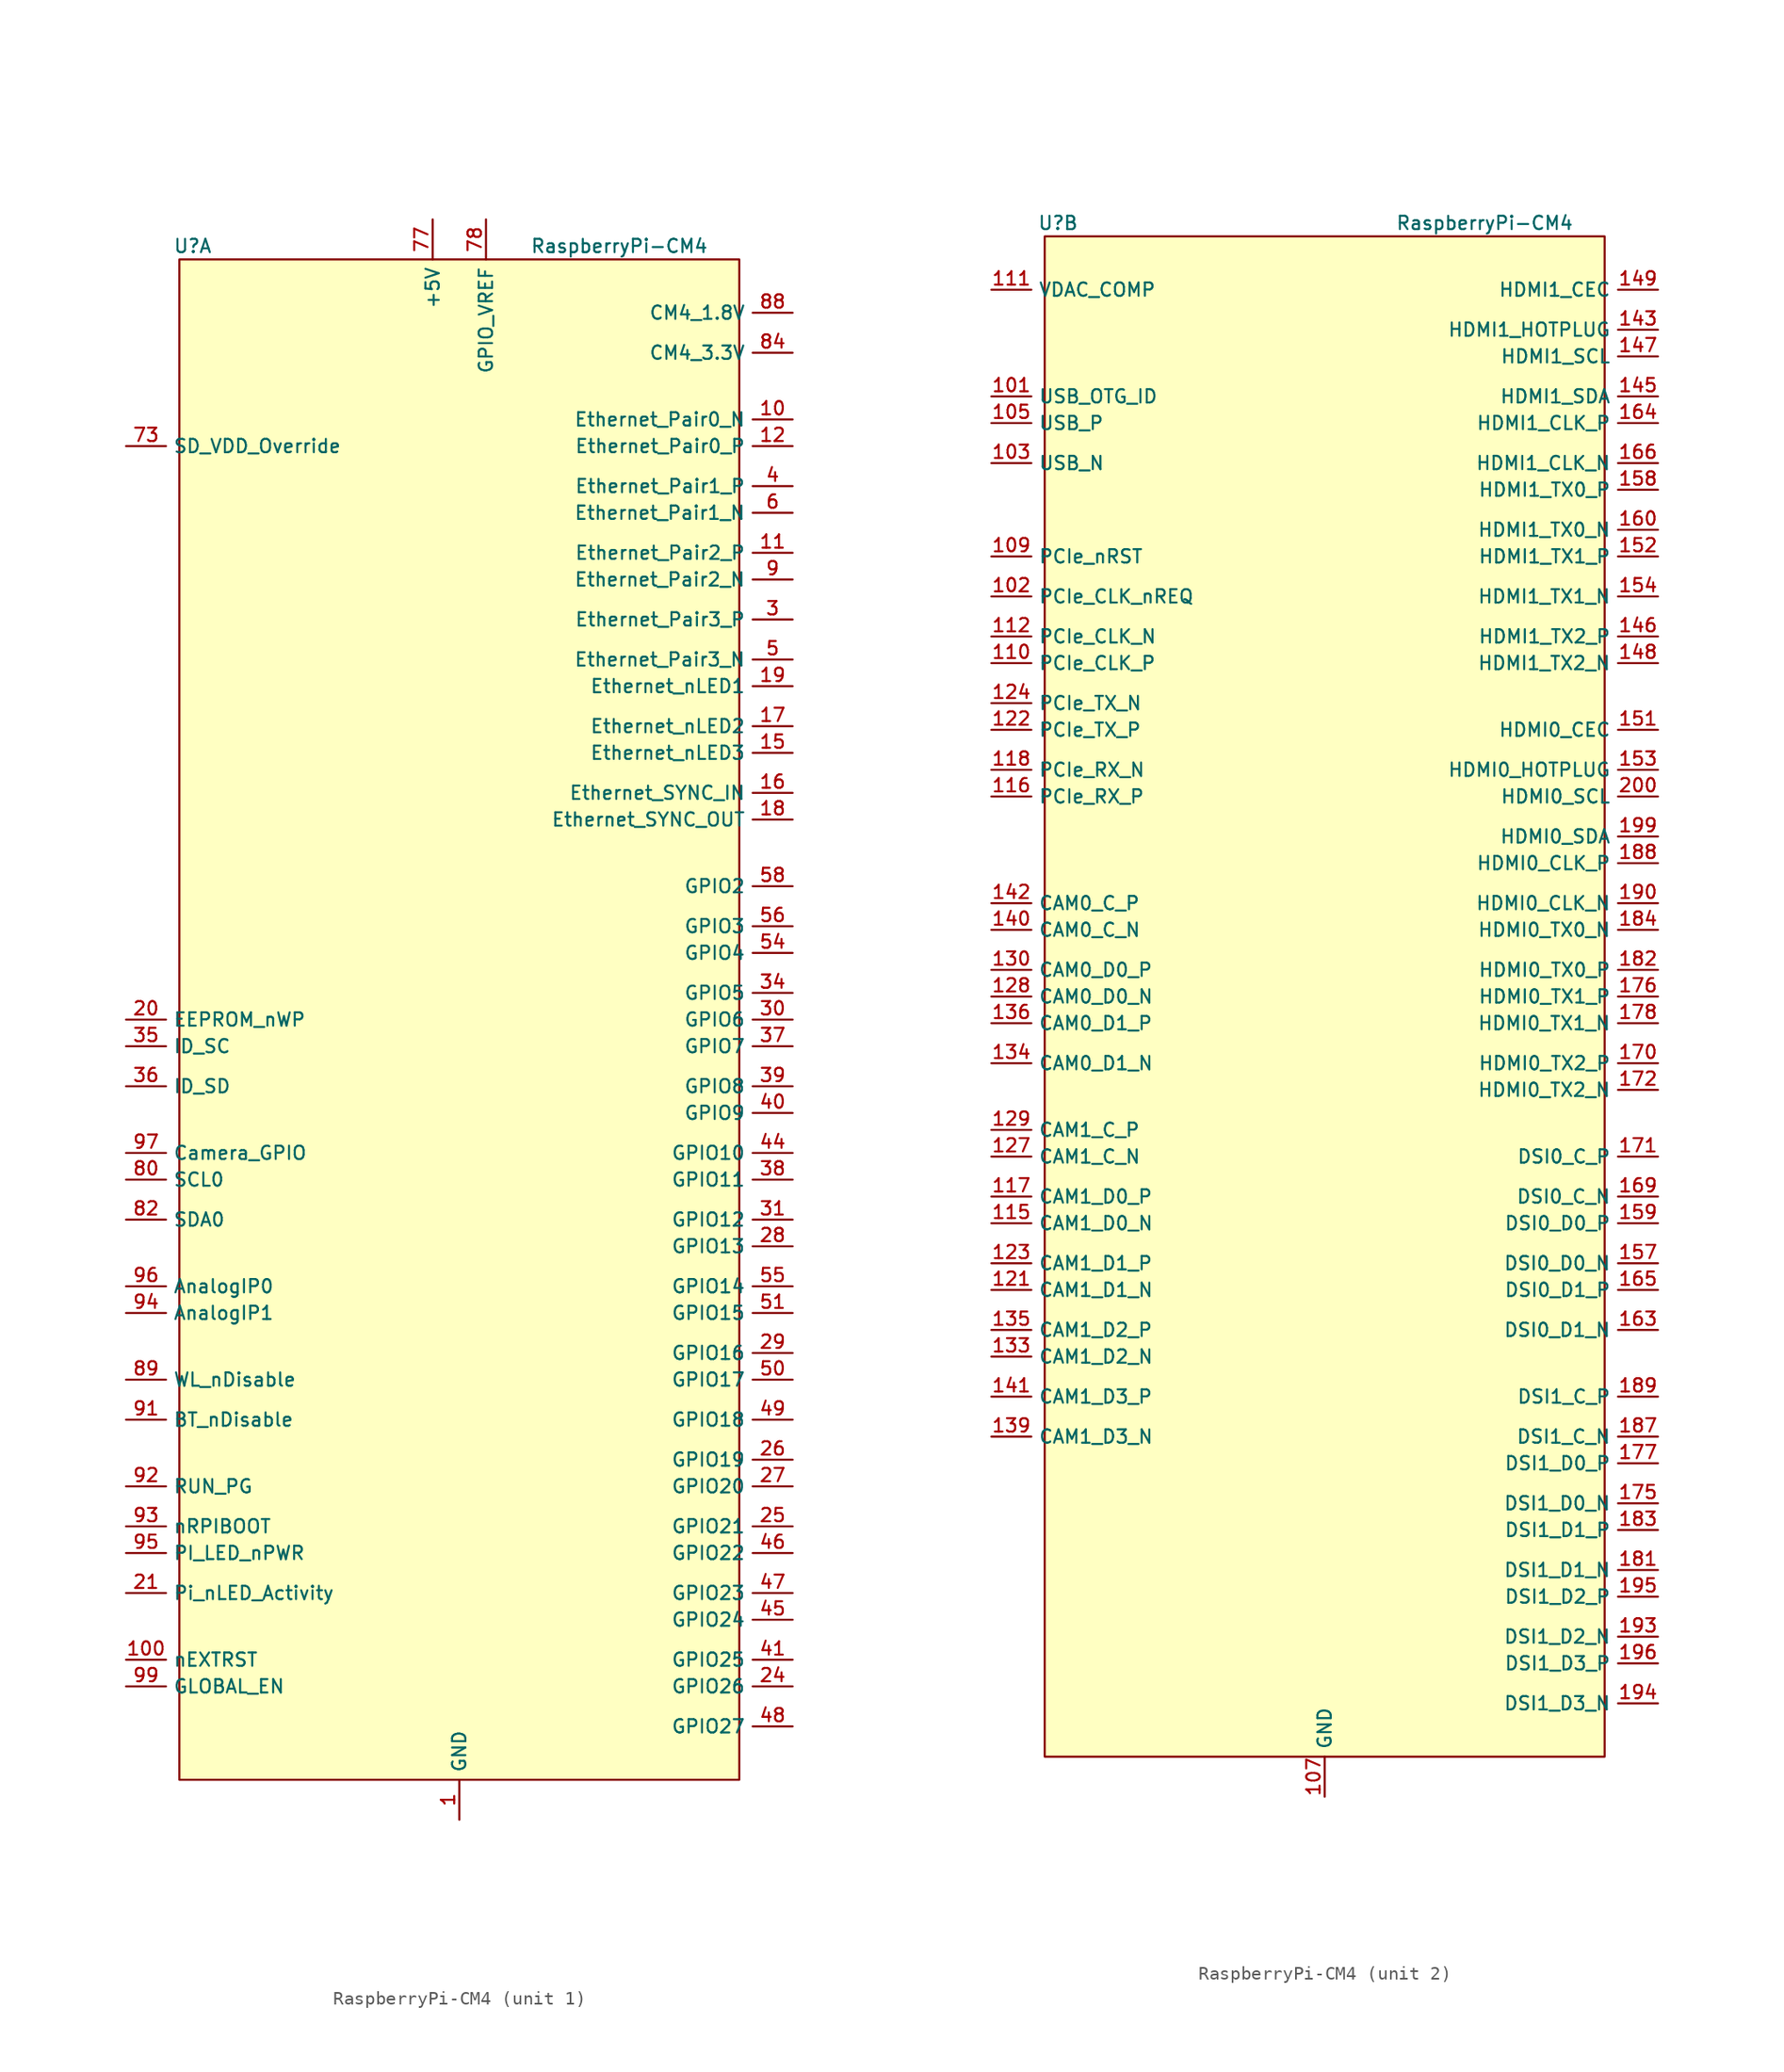
<source format=kicad_sym>
(kicad_symbol_lib
  (version 20211014)
  (generator kicad_symbol_editor)
  (symbol "RaspberryPi-CM4"
    (property "Reference" "U"
      (at -20 58 0)
      (effects (font (size 1 1))))
    (property "Value" "RaspberryPi-CM4"
      (at 12 58 0)
      (effects (font (size 1 1))))
    (symbol "RaspberryPi-CM4_0_1"
      (rectangle (start 21 57) (end -21 -57) (stroke (width 0) (type default) (color 0 0 0 0)) (fill (type background))))
    (symbol "RaspberryPi-CM4_1_1"
      (pin power_in line (at 0 -60 90) (length 3) (name "GND" (effects (font (size 1 1)))) (number "1" (effects (font (size 1 1)))))
      (pin bidirectional line (at 25 45 180) (length 3) (name "Ethernet_Pair0_N" (effects (font (size 1 1)))) (number "10" (effects (font (size 1 1)))))
      (pin output line (at -25 -48 0) (length 3) (name "nEXTRST" (effects (font (size 1 1)))) (number "100" (effects (font (size 1 1)))))
      (pin bidirectional line (at 25 35 180) (length 3) (name "Ethernet_Pair2_P" (effects (font (size 1 1)))) (number "11" (effects (font (size 1 1)))))
      (pin bidirectional line (at 25 43 180) (length 3) (name "Ethernet_Pair0_P" (effects (font (size 1 1)))) (number "12" (effects (font (size 1 1)))))
      (pin passive line (at 0 -60 90) (length 3) hide (name "GND" (effects (font (size 1 1)))) (number "13" (effects (font (size 1 1)))))
      (pin passive line (at 0 -60 90) (length 3) hide (name "GND" (effects (font (size 1 1)))) (number "14" (effects (font (size 1 1)))))
      (pin output line (at 25 20 180) (length 3) (name "Ethernet_nLED3" (effects (font (size 1 1)))) (number "15" (effects (font (size 1 1)))))
      (pin input line (at 25 17 180) (length 3) (name "Ethernet_SYNC_IN" (effects (font (size 1 1)))) (number "16" (effects (font (size 1 1)))))
      (pin output line (at 25 22 180) (length 3) (name "Ethernet_nLED2" (effects (font (size 1 1)))) (number "17" (effects (font (size 1 1)))))
      (pin output line (at 25 15 180) (length 3) (name "Ethernet_SYNC_OUT" (effects (font (size 1 1)))) (number "18" (effects (font (size 1 1)))))
      (pin output line (at 25 25 180) (length 3) (name "Ethernet_nLED1" (effects (font (size 1 1)))) (number "19" (effects (font (size 1 1)))))
      (pin passive line (at 0 -60 90) (length 3) hide (name "GND" (effects (font (size 1 1)))) (number "2" (effects (font (size 1 1)))))
      (pin input line (at -25 0 0) (length 3) (name "EEPROM_nWP" (effects (font (size 1 1)))) (number "20" (effects (font (size 1 1)))))
      (pin input line (at -25 -43 0) (length 3) (name "Pi_nLED_Activity" (effects (font (size 1 1)))) (number "21" (effects (font (size 1 1)))))
      (pin passive line (at 0 -60 90) (length 3) hide (name "GND" (effects (font (size 1 1)))) (number "22" (effects (font (size 1 1)))))
      (pin passive line (at 0 -60 90) (length 3) hide (name "GND" (effects (font (size 1 1)))) (number "23" (effects (font (size 1 1)))))
      (pin bidirectional line (at 25 -50 180) (length 3) (name "GPIO26" (effects (font (size 1 1)))) (number "24" (effects (font (size 1 1)))))
      (pin bidirectional line (at 25 -38 180) (length 3) (name "GPIO21" (effects (font (size 1 1)))) (number "25" (effects (font (size 1 1)))))
      (pin bidirectional line (at 25 -33 180) (length 3) (name "GPIO19" (effects (font (size 1 1)))) (number "26" (effects (font (size 1 1)))))
      (pin bidirectional line (at 25 -35 180) (length 3) (name "GPIO20" (effects (font (size 1 1)))) (number "27" (effects (font (size 1 1)))))
      (pin bidirectional line (at 25 -17 180) (length 3) (name "GPIO13" (effects (font (size 1 1)))) (number "28" (effects (font (size 1 1)))))
      (pin bidirectional line (at 25 -25 180) (length 3) (name "GPIO16" (effects (font (size 1 1)))) (number "29" (effects (font (size 1 1)))))
      (pin bidirectional line (at 25 30 180) (length 3) (name "Ethernet_Pair3_P" (effects (font (size 1 1)))) (number "3" (effects (font (size 1 1)))))
      (pin bidirectional line (at 25 0 180) (length 3) (name "GPIO6" (effects (font (size 1 1)))) (number "30" (effects (font (size 1 1)))))
      (pin bidirectional line (at 25 -15 180) (length 3) (name "GPIO12" (effects (font (size 1 1)))) (number "31" (effects (font (size 1 1)))))
      (pin passive line (at 0 -60 90) (length 3) hide (name "GND" (effects (font (size 1 1)))) (number "32" (effects (font (size 1 1)))))
      (pin passive line (at 0 -60 90) (length 3) hide (name "GND" (effects (font (size 1 1)))) (number "33" (effects (font (size 1 1)))))
      (pin bidirectional line (at 25 2 180) (length 3) (name "GPIO5" (effects (font (size 1 1)))) (number "34" (effects (font (size 1 1)))))
      (pin bidirectional line (at -25 -2 0) (length 3) (name "ID_SC" (effects (font (size 1 1)))) (number "35" (effects (font (size 1 1)))))
      (pin bidirectional line (at -25 -5 0) (length 3) (name "ID_SD" (effects (font (size 1 1)))) (number "36" (effects (font (size 1 1)))))
      (pin bidirectional line (at 25 -2 180) (length 3) (name "GPIO7" (effects (font (size 1 1)))) (number "37" (effects (font (size 1 1)))))
      (pin bidirectional line (at 25 -12 180) (length 3) (name "GPIO11" (effects (font (size 1 1)))) (number "38" (effects (font (size 1 1)))))
      (pin bidirectional line (at 25 -5 180) (length 3) (name "GPIO8" (effects (font (size 1 1)))) (number "39" (effects (font (size 1 1)))))
      (pin bidirectional line (at 25 40 180) (length 3) (name "Ethernet_Pair1_P" (effects (font (size 1 1)))) (number "4" (effects (font (size 1 1)))))
      (pin bidirectional line (at 25 -7 180) (length 3) (name "GPIO9" (effects (font (size 1 1)))) (number "40" (effects (font (size 1 1)))))
      (pin bidirectional line (at 25 -48 180) (length 3) (name "GPIO25" (effects (font (size 1 1)))) (number "41" (effects (font (size 1 1)))))
      (pin passive line (at 0 -60 90) (length 3) hide (name "GND" (effects (font (size 1 1)))) (number "42" (effects (font (size 1 1)))))
      (pin passive line (at 0 -60 90) (length 3) hide (name "GND" (effects (font (size 1 1)))) (number "43" (effects (font (size 1 1)))))
      (pin bidirectional line (at 25 -10 180) (length 3) (name "GPIO10" (effects (font (size 1 1)))) (number "44" (effects (font (size 1 1)))))
      (pin bidirectional line (at 25 -45 180) (length 3) (name "GPIO24" (effects (font (size 1 1)))) (number "45" (effects (font (size 1 1)))))
      (pin bidirectional line (at 25 -40 180) (length 3) (name "GPIO22" (effects (font (size 1 1)))) (number "46" (effects (font (size 1 1)))))
      (pin bidirectional line (at 25 -43 180) (length 3) (name "GPIO23" (effects (font (size 1 1)))) (number "47" (effects (font (size 1 1)))))
      (pin bidirectional line (at 25 -53 180) (length 3) (name "GPIO27" (effects (font (size 1 1)))) (number "48" (effects (font (size 1 1)))))
      (pin bidirectional line (at 25 -30 180) (length 3) (name "GPIO18" (effects (font (size 1 1)))) (number "49" (effects (font (size 1 1)))))
      (pin bidirectional line (at 25 27 180) (length 3) (name "Ethernet_Pair3_N" (effects (font (size 1 1)))) (number "5" (effects (font (size 1 1)))))
      (pin bidirectional line (at 25 -27 180) (length 3) (name "GPIO17" (effects (font (size 1 1)))) (number "50" (effects (font (size 1 1)))))
      (pin bidirectional line (at 25 -22 180) (length 3) (name "GPIO15" (effects (font (size 1 1)))) (number "51" (effects (font (size 1 1)))))
      (pin passive line (at 0 -60 90) (length 3) hide (name "GND" (effects (font (size 1 1)))) (number "52" (effects (font (size 1 1)))))
      (pin passive line (at 0 -60 90) (length 3) hide (name "GND" (effects (font (size 1 1)))) (number "53" (effects (font (size 1 1)))))
      (pin bidirectional line (at 25 5 180) (length 3) (name "GPIO4" (effects (font (size 1 1)))) (number "54" (effects (font (size 1 1)))))
      (pin bidirectional line (at 25 -20 180) (length 3) (name "GPIO14" (effects (font (size 1 1)))) (number "55" (effects (font (size 1 1)))))
      (pin bidirectional line (at 25 7 180) (length 3) (name "GPIO3" (effects (font (size 1 1)))) (number "56" (effects (font (size 1 1)))))
      (pin no_connect line (at -20 35 0) (length 3) hide (name "SD_CLK" (effects (font (size 1 1)))) (number "57" (effects (font (size 1 1)))))
      (pin bidirectional line (at 25 10 180) (length 3) (name "GPIO2" (effects (font (size 1 1)))) (number "58" (effects (font (size 1 1)))))
      (pin passive line (at 0 -60 90) (length 3) hide (name "GND" (effects (font (size 1 1)))) (number "59" (effects (font (size 1 1)))))
      (pin bidirectional line (at 25 38 180) (length 3) (name "Ethernet_Pair1_N" (effects (font (size 1 1)))) (number "6" (effects (font (size 1 1)))))
      (pin passive line (at 0 -60 90) (length 3) hide (name "GND" (effects (font (size 1 1)))) (number "60" (effects (font (size 1 1)))))
      (pin no_connect line (at -20 25 0) (length 3) hide (name "SD_DAT3" (effects (font (size 1 1)))) (number "61" (effects (font (size 1 1)))))
      (pin no_connect line (at -20 38 0) (length 3) hide (name "SD_CMD" (effects (font (size 1 1)))) (number "62" (effects (font (size 1 1)))))
      (pin no_connect line (at -20 33 0) (length 3) hide (name "SD_DAT0" (effects (font (size 1 1)))) (number "63" (effects (font (size 1 1)))))
      (pin no_connect line (at -20 20 0) (length 3) hide (name "SD_DAT5" (effects (font (size 1 1)))) (number "64" (effects (font (size 1 1)))))
      (pin passive line (at 0 -60 90) (length 3) hide (name "GND" (effects (font (size 1 1)))) (number "65" (effects (font (size 1 1)))))
      (pin passive line (at 0 -60 90) (length 3) hide (name "GND" (effects (font (size 1 1)))) (number "66" (effects (font (size 1 1)))))
      (pin no_connect line (at -20 30 0) (length 3) hide (name "SD_DAT1" (effects (font (size 1 1)))) (number "67" (effects (font (size 1 1)))))
      (pin no_connect line (at -20 22 0) (length 3) hide (name "SD_DAT4" (effects (font (size 1 1)))) (number "68" (effects (font (size 1 1)))))
      (pin no_connect line (at -20 27 0) (length 3) hide (name "SD_DAT2" (effects (font (size 1 1)))) (number "69" (effects (font (size 1 1)))))
      (pin passive line (at 0 -60 90) (length 3) hide (name "GND" (effects (font (size 1 1)))) (number "7" (effects (font (size 1 1)))))
      (pin no_connect line (at -20 15 0) (length 3) hide (name "SD_DAT7" (effects (font (size 1 1)))) (number "70" (effects (font (size 1 1)))))
      (pin passive line (at 0 -60 90) (length 3) hide (name "GND" (effects (font (size 1 1)))) (number "71" (effects (font (size 1 1)))))
      (pin no_connect line (at -20 17 0) (length 3) hide (name "SD_DAT6" (effects (font (size 1 1)))) (number "72" (effects (font (size 1 1)))))
      (pin input line (at -25 43 0) (length 3) (name "SD_VDD_Override" (effects (font (size 1 1)))) (number "73" (effects (font (size 1 1)))))
      (pin passive line (at 0 -60 90) (length 3) hide (name "GND" (effects (font (size 1 1)))) (number "74" (effects (font (size 1 1)))))
      (pin no_connect line (at -20 45 0) (length 3) hide (name "SD_PWR_ON" (effects (font (size 1 1)))) (number "75" (effects (font (size 1 1)))))
      (pin no_connect line (at -20 -53 0) (length 3) hide (name "Reserved" (effects (font (size 1 1)))) (number "76" (effects (font (size 1 1)))))
      (pin power_in line (at -2 60 270) (length 3) (name "+5V" (effects (font (size 1 1)))) (number "77" (effects (font (size 1 1)))))
      (pin power_in line (at 2 60 270) (length 3) (name "GPIO_VREF" (effects (font (size 1 1)))) (number "78" (effects (font (size 1 1)))))
      (pin passive line (at -2 60 270) (length 3) hide (name "+5V" (effects (font (size 1 1)))) (number "79" (effects (font (size 1 1)))))
      (pin passive line (at 0 -60 90) (length 3) hide (name "GND" (effects (font (size 1 1)))) (number "8" (effects (font (size 1 1)))))
      (pin output line (at -25 -12 0) (length 3) (name "SCL0" (effects (font (size 1 1)))) (number "80" (effects (font (size 1 1)))))
      (pin passive line (at -2 60 270) (length 3) hide (name "+5V" (effects (font (size 1 1)))) (number "81" (effects (font (size 1 1)))))
      (pin bidirectional line (at -25 -15 0) (length 3) (name "SDA0" (effects (font (size 1 1)))) (number "82" (effects (font (size 1 1)))))
      (pin passive line (at -2 60 270) (length 3) hide (name "+5V" (effects (font (size 1 1)))) (number "83" (effects (font (size 1 1)))))
      (pin power_out line (at 25 50 180) (length 3) (name "CM4_3.3V" (effects (font (size 1 1)))) (number "84" (effects (font (size 1 1)))))
      (pin passive line (at -2 60 270) (length 3) hide (name "+5V" (effects (font (size 1 1)))) (number "85" (effects (font (size 1 1)))))
      (pin passive line (at 25 50 180) (length 3) hide (name "CM4_3.3V" (effects (font (size 1 1)))) (number "86" (effects (font (size 1 1)))))
      (pin passive line (at -2 60 270) (length 3) hide (name "+5V" (effects (font (size 1 1)))) (number "87" (effects (font (size 1 1)))))
      (pin power_out line (at 25 53 180) (length 3) (name "CM4_1.8V" (effects (font (size 1 1)))) (number "88" (effects (font (size 1 1)))))
      (pin input line (at -25 -27 0) (length 3) (name "WL_nDisable" (effects (font (size 1 1)))) (number "89" (effects (font (size 1 1)))))
      (pin bidirectional line (at 25 33 180) (length 3) (name "Ethernet_Pair2_N" (effects (font (size 1 1)))) (number "9" (effects (font (size 1 1)))))
      (pin passive line (at 25 53 180) (length 3) hide (name "CM4_1.8V" (effects (font (size 1 1)))) (number "90" (effects (font (size 1 1)))))
      (pin input line (at -25 -30 0) (length 3) (name "BT_nDisable" (effects (font (size 1 1)))) (number "91" (effects (font (size 1 1)))))
      (pin bidirectional line (at -25 -35 0) (length 3) (name "RUN_PG" (effects (font (size 1 1)))) (number "92" (effects (font (size 1 1)))))
      (pin input line (at -25 -38 0) (length 3) (name "nRPIBOOT" (effects (font (size 1 1)))) (number "93" (effects (font (size 1 1)))))
      (pin input line (at -25 -22 0) (length 3) (name "AnalogIP1" (effects (font (size 1 1)))) (number "94" (effects (font (size 1 1)))))
      (pin output line (at -25 -40 0) (length 3) (name "PI_LED_nPWR" (effects (font (size 1 1)))) (number "95" (effects (font (size 1 1)))))
      (pin input line (at -25 -20 0) (length 3) (name "AnalogIP0" (effects (font (size 1 1)))) (number "96" (effects (font (size 1 1)))))
      (pin input line (at -25 -10 0) (length 3) (name "Camera_GPIO" (effects (font (size 1 1)))) (number "97" (effects (font (size 1 1)))))
      (pin passive line (at 0 -60 90) (length 3) hide (name "GND" (effects (font (size 1 1)))) (number "98" (effects (font (size 1 1)))))
      (pin input line (at -25 -50 0) (length 3) (name "GLOBAL_EN" (effects (font (size 1 1)))) (number "99" (effects (font (size 1 1))))))
    (symbol "RaspberryPi-CM4_2_1"
      (pin input line (at -25 45 0) (length 3) (name "USB_OTG_ID" (effects (font (size 1 1)))) (number "101" (effects (font (size 1 1)))))
      (pin input line (at -25 30 0) (length 3) (name "PCIe_CLK_nREQ" (effects (font (size 1 1)))) (number "102" (effects (font (size 1 1)))))
      (pin bidirectional line (at -25 40 0) (length 3) (name "USB_N" (effects (font (size 1 1)))) (number "103" (effects (font (size 1 1)))))
      (pin no_connect line (at -20 -53 0) (length 3) hide (name "Reserved" (effects (font (size 1 1)))) (number "104" (effects (font (size 1 1)))))
      (pin bidirectional line (at -25 43 0) (length 3) (name "USB_P" (effects (font (size 1 1)))) (number "105" (effects (font (size 1 1)))))
      (pin no_connect line (at -20 -55 0) (length 3) hide (name "Reserved" (effects (font (size 1 1)))) (number "106" (effects (font (size 1 1)))))
      (pin power_in line (at 0 -60 90) (length 3) (name "GND" (effects (font (size 1 1)))) (number "107" (effects (font (size 1 1)))))
      (pin passive line (at 0 -60 90) (length 3) hide (name "GND" (effects (font (size 1 1)))) (number "108" (effects (font (size 1 1)))))
      (pin output line (at -25 33 0) (length 3) (name "PCIe_nRST" (effects (font (size 1 1)))) (number "109" (effects (font (size 1 1)))))
      (pin output line (at -25 25 0) (length 3) (name "PCIe_CLK_P" (effects (font (size 1 1)))) (number "110" (effects (font (size 1 1)))))
      (pin output line (at -25 53 0) (length 3) (name "VDAC_COMP" (effects (font (size 1 1)))) (number "111" (effects (font (size 1 1)))))
      (pin output line (at -25 27 0) (length 3) (name "PCIe_CLK_N" (effects (font (size 1 1)))) (number "112" (effects (font (size 1 1)))))
      (pin passive line (at 0 -60 90) (length 3) hide (name "GND" (effects (font (size 1 1)))) (number "113" (effects (font (size 1 1)))))
      (pin passive line (at 0 -60 90) (length 3) hide (name "GND" (effects (font (size 1 1)))) (number "114" (effects (font (size 1 1)))))
      (pin input line (at -25 -17 0) (length 3) (name "CAM1_D0_N" (effects (font (size 1 1)))) (number "115" (effects (font (size 1 1)))))
      (pin input line (at -25 15 0) (length 3) (name "PCIe_RX_P" (effects (font (size 1 1)))) (number "116" (effects (font (size 1 1)))))
      (pin input line (at -25 -15 0) (length 3) (name "CAM1_D0_P" (effects (font (size 1 1)))) (number "117" (effects (font (size 1 1)))))
      (pin input line (at -25 17 0) (length 3) (name "PCIe_RX_N" (effects (font (size 1 1)))) (number "118" (effects (font (size 1 1)))))
      (pin passive line (at 0 -60 90) (length 3) hide (name "GND" (effects (font (size 1 1)))) (number "119" (effects (font (size 1 1)))))
      (pin passive line (at 0 -60 90) (length 3) hide (name "GND" (effects (font (size 1 1)))) (number "120" (effects (font (size 1 1)))))
      (pin input line (at -25 -22 0) (length 3) (name "CAM1_D1_N" (effects (font (size 1 1)))) (number "121" (effects (font (size 1 1)))))
      (pin output line (at -25 20 0) (length 3) (name "PCIe_TX_P" (effects (font (size 1 1)))) (number "122" (effects (font (size 1 1)))))
      (pin input line (at -25 -20 0) (length 3) (name "CAM1_D1_P" (effects (font (size 1 1)))) (number "123" (effects (font (size 1 1)))))
      (pin output line (at -25 22 0) (length 3) (name "PCIe_TX_N" (effects (font (size 1 1)))) (number "124" (effects (font (size 1 1)))))
      (pin passive line (at 0 -60 90) (length 3) hide (name "GND" (effects (font (size 1 1)))) (number "125" (effects (font (size 1 1)))))
      (pin passive line (at 0 -60 90) (length 3) hide (name "GND" (effects (font (size 1 1)))) (number "126" (effects (font (size 1 1)))))
      (pin input line (at -25 -12 0) (length 3) (name "CAM1_C_N" (effects (font (size 1 1)))) (number "127" (effects (font (size 1 1)))))
      (pin input line (at -25 0 0) (length 3) (name "CAM0_D0_N" (effects (font (size 1 1)))) (number "128" (effects (font (size 1 1)))))
      (pin input line (at -25 -10 0) (length 3) (name "CAM1_C_P" (effects (font (size 1 1)))) (number "129" (effects (font (size 1 1)))))
      (pin input line (at -25 2 0) (length 3) (name "CAM0_D0_P" (effects (font (size 1 1)))) (number "130" (effects (font (size 1 1)))))
      (pin passive line (at 0 -60 90) (length 3) hide (name "GND" (effects (font (size 1 1)))) (number "131" (effects (font (size 1 1)))))
      (pin passive line (at 0 -60 90) (length 3) hide (name "GND" (effects (font (size 1 1)))) (number "132" (effects (font (size 1 1)))))
      (pin input line (at -25 -27 0) (length 3) (name "CAM1_D2_N" (effects (font (size 1 1)))) (number "133" (effects (font (size 1 1)))))
      (pin input line (at -25 -5 0) (length 3) (name "CAM0_D1_N" (effects (font (size 1 1)))) (number "134" (effects (font (size 1 1)))))
      (pin input line (at -25 -25 0) (length 3) (name "CAM1_D2_P" (effects (font (size 1 1)))) (number "135" (effects (font (size 1 1)))))
      (pin input line (at -25 -2 0) (length 3) (name "CAM0_D1_P" (effects (font (size 1 1)))) (number "136" (effects (font (size 1 1)))))
      (pin passive line (at 0 -60 90) (length 3) hide (name "GND" (effects (font (size 1 1)))) (number "137" (effects (font (size 1 1)))))
      (pin passive line (at 0 -60 90) (length 3) hide (name "GND" (effects (font (size 1 1)))) (number "138" (effects (font (size 1 1)))))
      (pin input line (at -25 -33 0) (length 3) (name "CAM1_D3_N" (effects (font (size 1 1)))) (number "139" (effects (font (size 1 1)))))
      (pin input line (at -25 5 0) (length 3) (name "CAM0_C_N" (effects (font (size 1 1)))) (number "140" (effects (font (size 1 1)))))
      (pin input line (at -25 -30 0) (length 3) (name "CAM1_D3_P" (effects (font (size 1 1)))) (number "141" (effects (font (size 1 1)))))
      (pin input line (at -25 7 0) (length 3) (name "CAM0_C_P" (effects (font (size 1 1)))) (number "142" (effects (font (size 1 1)))))
      (pin input line (at 25 50 180) (length 3) (name "HDMI1_HOTPLUG" (effects (font (size 1 1)))) (number "143" (effects (font (size 1 1)))))
      (pin passive line (at 0 -60 90) (length 3) hide (name "GND" (effects (font (size 1 1)))) (number "144" (effects (font (size 1 1)))))
      (pin bidirectional line (at 25 45 180) (length 3) (name "HDMI1_SDA" (effects (font (size 1 1)))) (number "145" (effects (font (size 1 1)))))
      (pin output line (at 25 27 180) (length 3) (name "HDMI1_TX2_P" (effects (font (size 1 1)))) (number "146" (effects (font (size 1 1)))))
      (pin input line (at 25 48 180) (length 3) (name "HDMI1_SCL" (effects (font (size 1 1)))) (number "147" (effects (font (size 1 1)))))
      (pin output line (at 25 25 180) (length 3) (name "HDMI1_TX2_N" (effects (font (size 1 1)))) (number "148" (effects (font (size 1 1)))))
      (pin input line (at 25 53 180) (length 3) (name "HDMI1_CEC" (effects (font (size 1 1)))) (number "149" (effects (font (size 1 1)))))
      (pin passive line (at 0 -60 90) (length 3) hide (name "GND" (effects (font (size 1 1)))) (number "150" (effects (font (size 1 1)))))
      (pin input line (at 25 20 180) (length 3) (name "HDMI0_CEC" (effects (font (size 1 1)))) (number "151" (effects (font (size 1 1)))))
      (pin output line (at 25 33 180) (length 3) (name "HDMI1_TX1_P" (effects (font (size 1 1)))) (number "152" (effects (font (size 1 1)))))
      (pin input line (at 25 17 180) (length 3) (name "HDMI0_HOTPLUG" (effects (font (size 1 1)))) (number "153" (effects (font (size 1 1)))))
      (pin output line (at 25 30 180) (length 3) (name "HDMI1_TX1_N" (effects (font (size 1 1)))) (number "154" (effects (font (size 1 1)))))
      (pin passive line (at 0 -60 90) (length 3) hide (name "GND" (effects (font (size 1 1)))) (number "155" (effects (font (size 1 1)))))
      (pin passive line (at 0 -60 90) (length 3) hide (name "GND" (effects (font (size 1 1)))) (number "156" (effects (font (size 1 1)))))
      (pin output line (at 25 -20 180) (length 3) (name "DSI0_D0_N" (effects (font (size 1 1)))) (number "157" (effects (font (size 1 1)))))
      (pin output line (at 25 38 180) (length 3) (name "HDMI1_TX0_P" (effects (font (size 1 1)))) (number "158" (effects (font (size 1 1)))))
      (pin output line (at 25 -17 180) (length 3) (name "DSI0_D0_P" (effects (font (size 1 1)))) (number "159" (effects (font (size 1 1)))))
      (pin output line (at 25 35 180) (length 3) (name "HDMI1_TX0_N" (effects (font (size 1 1)))) (number "160" (effects (font (size 1 1)))))
      (pin passive line (at 0 -60 90) (length 3) hide (name "GND" (effects (font (size 1 1)))) (number "161" (effects (font (size 1 1)))))
      (pin passive line (at 0 -60 90) (length 3) hide (name "GND" (effects (font (size 1 1)))) (number "162" (effects (font (size 1 1)))))
      (pin output line (at 25 -25 180) (length 3) (name "DSI0_D1_N" (effects (font (size 1 1)))) (number "163" (effects (font (size 1 1)))))
      (pin output line (at 25 43 180) (length 3) (name "HDMI1_CLK_P" (effects (font (size 1 1)))) (number "164" (effects (font (size 1 1)))))
      (pin output line (at 25 -22 180) (length 3) (name "DSI0_D1_P" (effects (font (size 1 1)))) (number "165" (effects (font (size 1 1)))))
      (pin output line (at 25 40 180) (length 3) (name "HDMI1_CLK_N" (effects (font (size 1 1)))) (number "166" (effects (font (size 1 1)))))
      (pin passive line (at 0 -60 90) (length 3) hide (name "GND" (effects (font (size 1 1)))) (number "167" (effects (font (size 1 1)))))
      (pin passive line (at 0 -60 90) (length 3) hide (name "GND" (effects (font (size 1 1)))) (number "168" (effects (font (size 1 1)))))
      (pin output line (at 25 -15 180) (length 3) (name "DSI0_C_N" (effects (font (size 1 1)))) (number "169" (effects (font (size 1 1)))))
      (pin output line (at 25 -5 180) (length 3) (name "HDMI0_TX2_P" (effects (font (size 1 1)))) (number "170" (effects (font (size 1 1)))))
      (pin output line (at 25 -12 180) (length 3) (name "DSI0_C_P" (effects (font (size 1 1)))) (number "171" (effects (font (size 1 1)))))
      (pin output line (at 25 -7 180) (length 3) (name "HDMI0_TX2_N" (effects (font (size 1 1)))) (number "172" (effects (font (size 1 1)))))
      (pin passive line (at 0 -60 90) (length 3) hide (name "GND" (effects (font (size 1 1)))) (number "173" (effects (font (size 1 1)))))
      (pin passive line (at 0 -60 90) (length 3) hide (name "GND" (effects (font (size 1 1)))) (number "174" (effects (font (size 1 1)))))
      (pin output line (at 25 -38 180) (length 3) (name "DSI1_D0_N" (effects (font (size 1 1)))) (number "175" (effects (font (size 1 1)))))
      (pin output line (at 25 0 180) (length 3) (name "HDMI0_TX1_P" (effects (font (size 1 1)))) (number "176" (effects (font (size 1 1)))))
      (pin output line (at 25 -35 180) (length 3) (name "DSI1_D0_P" (effects (font (size 1 1)))) (number "177" (effects (font (size 1 1)))))
      (pin output line (at 25 -2 180) (length 3) (name "HDMI0_TX1_N" (effects (font (size 1 1)))) (number "178" (effects (font (size 1 1)))))
      (pin passive line (at 0 -60 90) (length 3) hide (name "GND" (effects (font (size 1 1)))) (number "179" (effects (font (size 1 1)))))
      (pin passive line (at 0 -60 90) (length 3) hide (name "GND" (effects (font (size 1 1)))) (number "180" (effects (font (size 1 1)))))
      (pin output line (at 25 -43 180) (length 3) (name "DSI1_D1_N" (effects (font (size 1 1)))) (number "181" (effects (font (size 1 1)))))
      (pin output line (at 25 2 180) (length 3) (name "HDMI0_TX0_P" (effects (font (size 1 1)))) (number "182" (effects (font (size 1 1)))))
      (pin output line (at 25 -40 180) (length 3) (name "DSI1_D1_P" (effects (font (size 1 1)))) (number "183" (effects (font (size 1 1)))))
      (pin output line (at 25 5 180) (length 3) (name "HDMI0_TX0_N" (effects (font (size 1 1)))) (number "184" (effects (font (size 1 1)))))
      (pin passive line (at 0 -60 90) (length 3) hide (name "GND" (effects (font (size 1 1)))) (number "185" (effects (font (size 1 1)))))
      (pin passive line (at 0 -60 90) (length 3) hide (name "GND" (effects (font (size 1 1)))) (number "186" (effects (font (size 1 1)))))
      (pin output line (at 25 -33 180) (length 3) (name "DSI1_C_N" (effects (font (size 1 1)))) (number "187" (effects (font (size 1 1)))))
      (pin output line (at 25 10 180) (length 3) (name "HDMI0_CLK_P" (effects (font (size 1 1)))) (number "188" (effects (font (size 1 1)))))
      (pin output line (at 25 -30 180) (length 3) (name "DSI1_C_P" (effects (font (size 1 1)))) (number "189" (effects (font (size 1 1)))))
      (pin output line (at 25 7 180) (length 3) (name "HDMI0_CLK_N" (effects (font (size 1 1)))) (number "190" (effects (font (size 1 1)))))
      (pin passive line (at 0 -60 90) (length 3) hide (name "GND" (effects (font (size 1 1)))) (number "191" (effects (font (size 1 1)))))
      (pin passive line (at 0 -60 90) (length 3) hide (name "GND" (effects (font (size 1 1)))) (number "192" (effects (font (size 1 1)))))
      (pin output line (at 25 -48 180) (length 3) (name "DSI1_D2_N" (effects (font (size 1 1)))) (number "193" (effects (font (size 1 1)))))
      (pin output line (at 25 -53 180) (length 3) (name "DSI1_D3_N" (effects (font (size 1 1)))) (number "194" (effects (font (size 1 1)))))
      (pin output line (at 25 -45 180) (length 3) (name "DSI1_D2_P" (effects (font (size 1 1)))) (number "195" (effects (font (size 1 1)))))
      (pin output line (at 25 -50 180) (length 3) (name "DSI1_D3_P" (effects (font (size 1 1)))) (number "196" (effects (font (size 1 1)))))
      (pin passive line (at 0 -60 90) (length 3) hide (name "GND" (effects (font (size 1 1)))) (number "197" (effects (font (size 1 1)))))
      (pin passive line (at 0 -60 90) (length 3) hide (name "GND" (effects (font (size 1 1)))) (number "198" (effects (font (size 1 1)))))
      (pin bidirectional line (at 25 12 180) (length 3) (name "HDMI0_SDA" (effects (font (size 1 1)))) (number "199" (effects (font (size 1 1)))))
      (pin bidirectional line (at 25 15 180) (length 3) (name "HDMI0_SCL" (effects (font (size 1 1)))) (number "200" (effects (font (size 1 1))))))))
</source>
